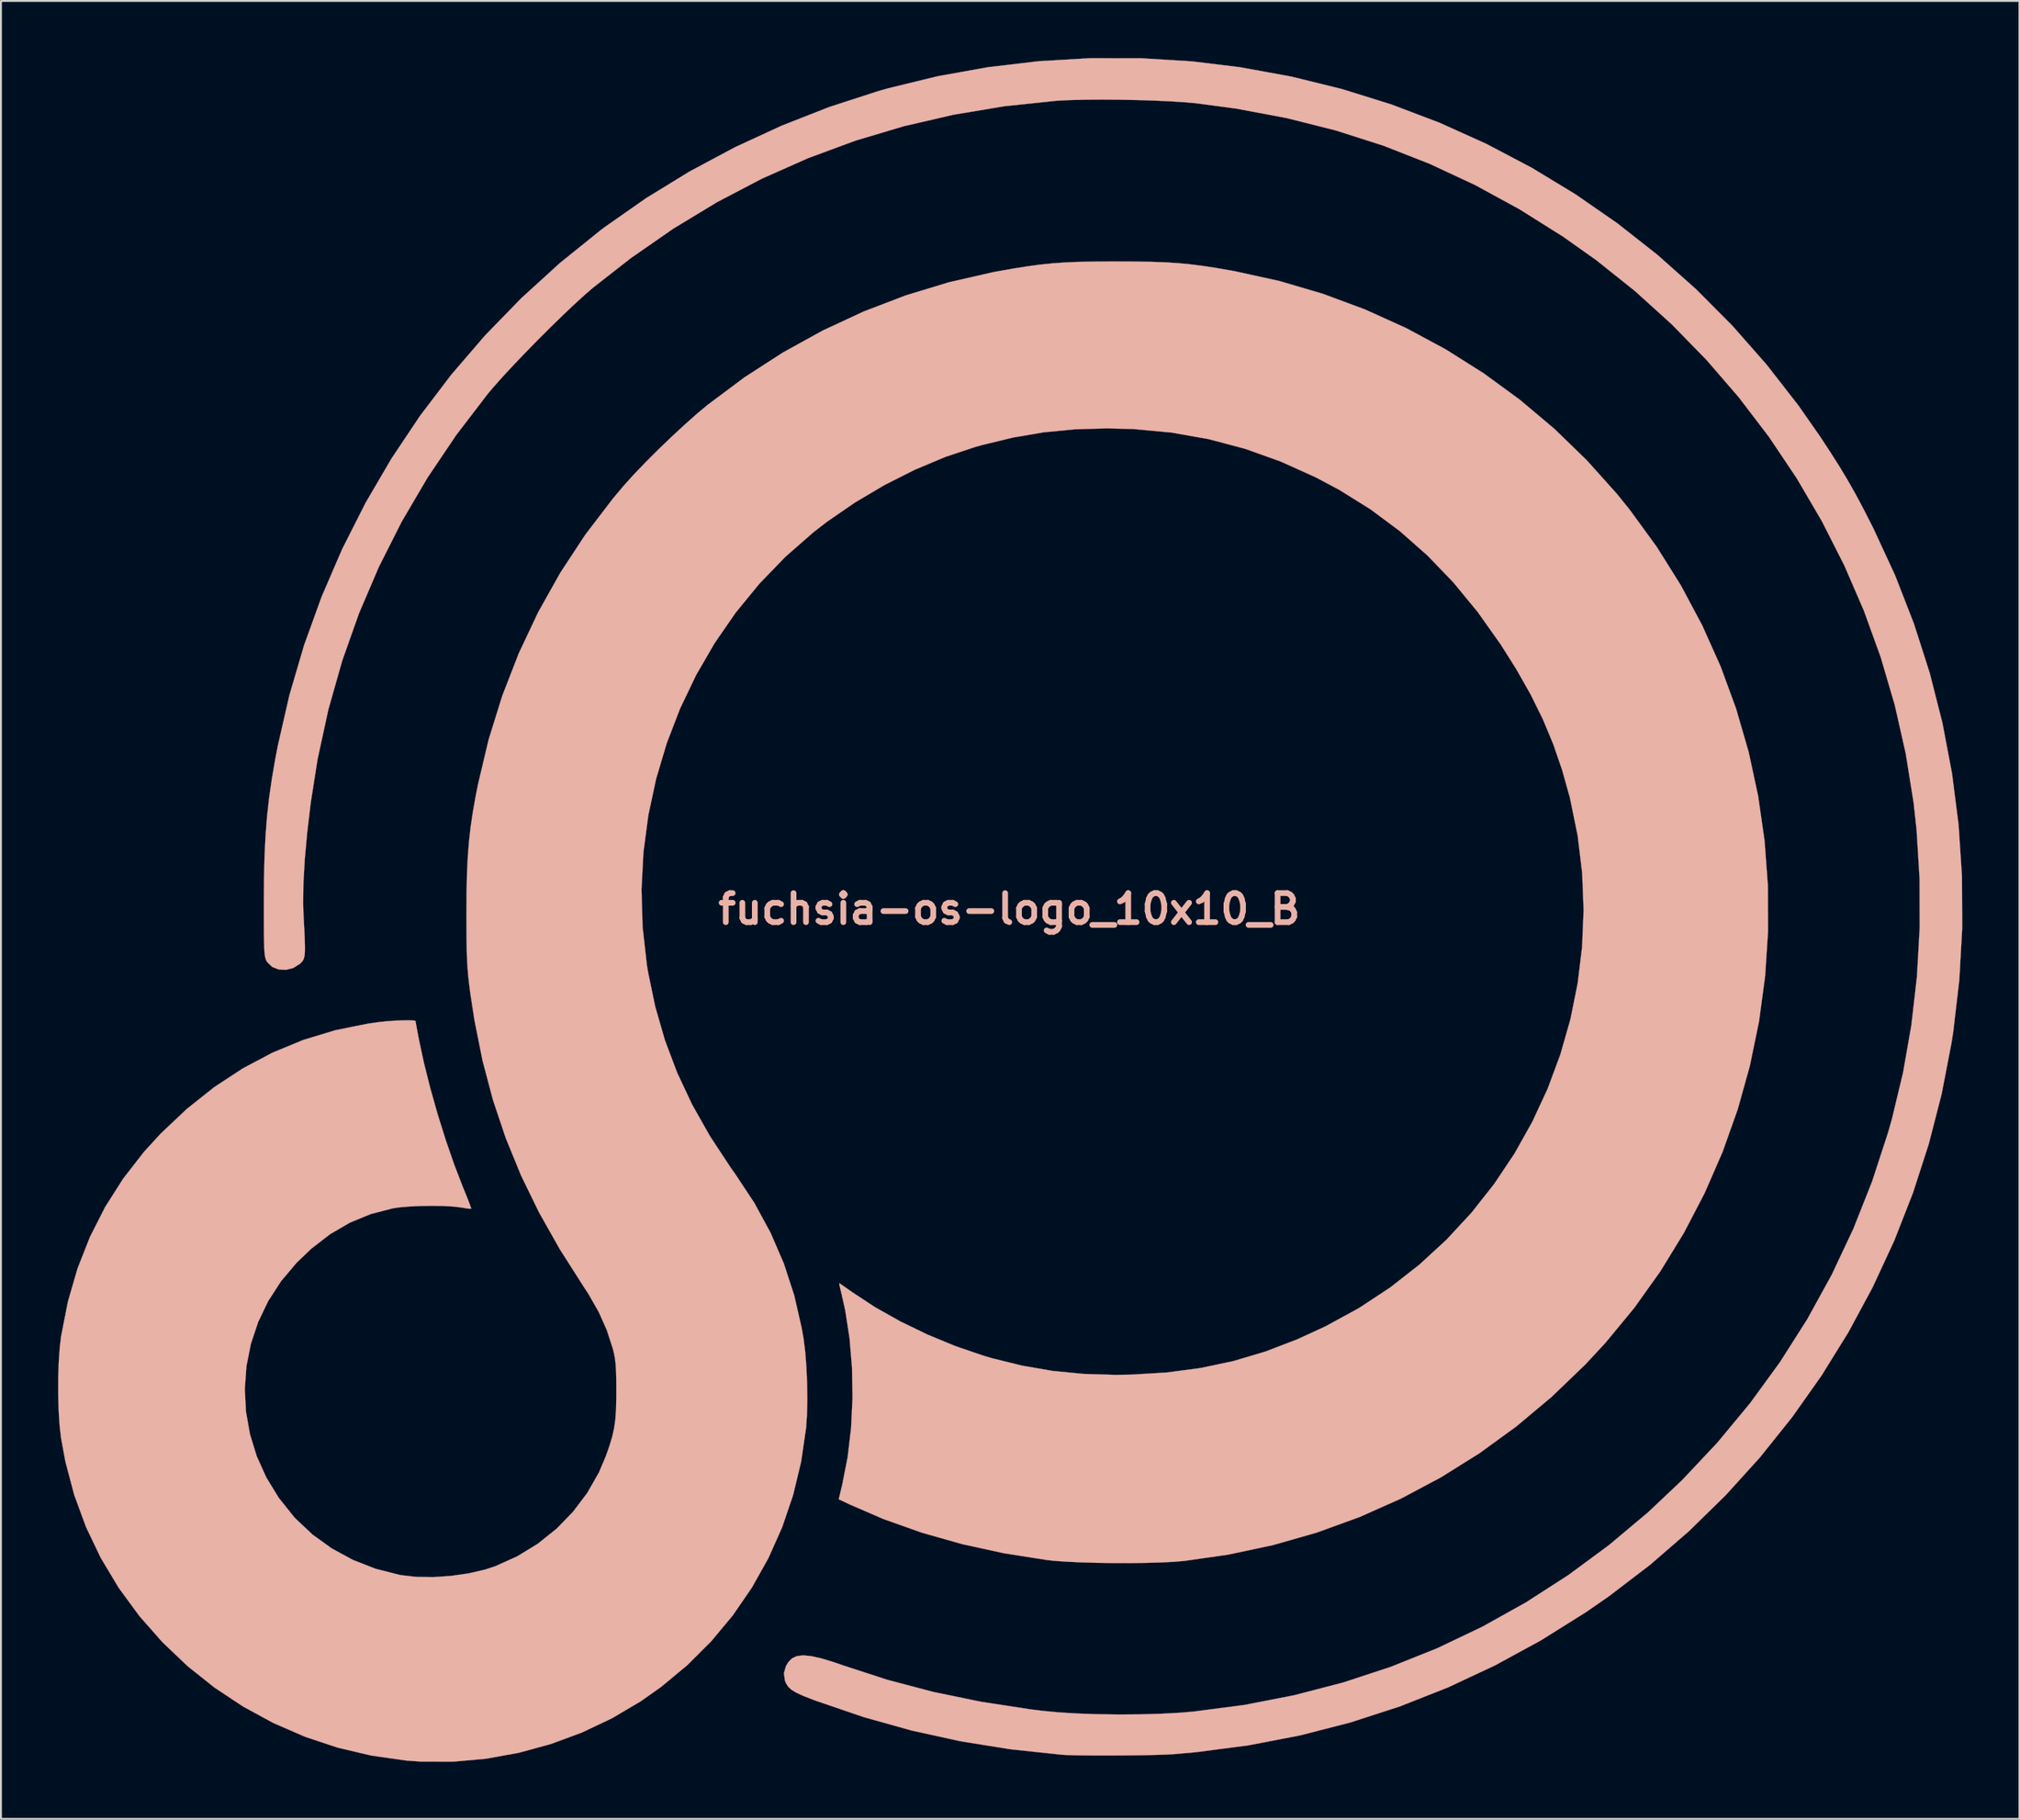
<source format=kicad_pcb>
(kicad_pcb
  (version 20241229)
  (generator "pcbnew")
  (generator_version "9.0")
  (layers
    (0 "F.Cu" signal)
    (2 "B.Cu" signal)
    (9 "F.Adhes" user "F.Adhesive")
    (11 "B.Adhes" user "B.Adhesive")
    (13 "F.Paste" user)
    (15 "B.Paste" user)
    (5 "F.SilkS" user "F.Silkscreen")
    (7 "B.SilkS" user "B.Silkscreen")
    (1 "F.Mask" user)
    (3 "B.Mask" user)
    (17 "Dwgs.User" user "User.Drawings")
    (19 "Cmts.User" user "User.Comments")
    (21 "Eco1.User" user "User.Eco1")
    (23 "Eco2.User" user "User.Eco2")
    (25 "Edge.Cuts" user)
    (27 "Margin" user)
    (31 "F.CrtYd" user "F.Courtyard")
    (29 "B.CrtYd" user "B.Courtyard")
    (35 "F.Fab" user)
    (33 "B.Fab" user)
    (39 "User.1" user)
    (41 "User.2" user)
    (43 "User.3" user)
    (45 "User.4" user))
  (footprint "fuchsia-os-logo_10x10_B"
    (layer "F.Cu")
    (at 49.91 44.666)
    (property "Reference" "fuchsia-os-logo_10x10_B" (at 0 0 0) (layer "B.SilkS") (effects (font (size 1.524 1.524) (thickness 0.3))))
    (attr through_hole)
    (fp_poly (pts (xy 6.931 -44.657) (xy 9.61 -44.492) (xy 12.104 -44.188) (xy 14.809 -43.694) (xy 17.459 -43.041) (xy 20.049 -42.233) (xy 22.574 -41.274) (xy 25.028 -40.167) (xy 27.405 -38.915) (xy 29.699 -37.524) (xy 31.905 -35.995) (xy 34.017 -34.333) (xy 36.03 -32.541) (xy 37.937 -30.623) (xy 39.733 -28.582) (xy 41.413 -26.423) (xy 42.54 -24.807) (xy 43.087 -23.975) (xy 43.558 -23.232) (xy 43.98 -22.53) (xy 44.381 -21.824) (xy 44.786 -21.068) (xy 45.222 -20.215) (xy 45.334 -19.993) (xy 46.48 -17.514) (xy 47.467 -14.98) (xy 48.295 -12.397) (xy 48.962 -9.774) (xy 49.467 -7.116) (xy 49.81 -4.43) (xy 49.988 -1.724) (xy 50.002 0.995) (xy 49.849 3.722) (xy 49.53 6.449) (xy 49.441 7.024) (xy 48.924 9.704) (xy 48.248 12.332) (xy 47.417 14.903) (xy 46.435 17.411) (xy 45.306 19.848) (xy 44.033 22.21) (xy 42.622 24.489) (xy 41.075 26.679) (xy 39.398 28.775) (xy 37.594 30.768) (xy 35.667 32.655) (xy 33.621 34.427) (xy 31.46 36.079) (xy 30.252 36.915) (xy 27.896 38.391) (xy 25.482 39.707) (xy 23.01 40.865) (xy 20.481 41.863) (xy 17.894 42.701) (xy 15.25 43.381) (xy 12.55 43.901) (xy 9.792 44.261) (xy 8.64 44.363) (xy 8.275 44.384) (xy 7.782 44.401) (xy 7.19 44.415) (xy 6.532 44.426) (xy 5.838 44.432) (xy 5.14 44.435) (xy 4.469 44.434) (xy 3.855 44.429) (xy 3.329 44.419) (xy 2.924 44.405) (xy 2.752 44.394) (xy 0.054 44.107) (xy -2.558 43.687) (xy -5.108 43.128) (xy -7.621 42.425) (xy -10.122 41.571) (xy -10.287 41.51) (xy -10.796 41.311) (xy -11.167 41.142) (xy -11.428 40.986) (xy -11.603 40.824) (xy -11.718 40.641) (xy -11.774 40.496) (xy -11.826 40.111) (xy -11.716 39.733) (xy -11.59 39.526) (xy -11.401 39.334) (xy -11.15 39.218) (xy -10.822 39.178) (xy -10.402 39.217) (xy -9.874 39.334) (xy -9.223 39.531) (xy -8.721 39.705) (xy -6.395 40.462) (xy -3.989 41.097) (xy -1.488 41.613) (xy 1.124 42.014) (xy 1.736 42.09) (xy 2.592 42.171) (xy 3.574 42.231) (xy 4.642 42.268) (xy 5.754 42.283) (xy 6.869 42.275) (xy 7.945 42.244) (xy 8.942 42.191) (xy 9.634 42.133) (xy 12.314 41.784) (xy 14.94 41.274) (xy 17.507 40.606) (xy 20.012 39.783) (xy 22.452 38.805) (xy 24.821 37.675) (xy 27.116 36.394) (xy 29.333 34.965) (xy 31.469 33.389) (xy 33.519 31.668) (xy 35.309 29.975) (xy 37.158 28.008) (xy 38.87 25.943) (xy 40.441 23.784) (xy 41.87 21.536) (xy 43.154 19.201) (xy 44.291 16.785) (xy 45.279 14.29) (xy 46.116 11.721) (xy 46.315 11.021) (xy 46.898 8.592) (xy 47.335 6.094) (xy 47.627 3.55) (xy 47.771 0.982) (xy 47.765 -1.589) (xy 47.609 -4.142) (xy 47.451 -5.588) (xy 47.037 -8.17) (xy 46.461 -10.715) (xy 45.727 -13.215) (xy 44.842 -15.663) (xy 43.808 -18.05) (xy 42.631 -20.37) (xy 41.316 -22.615) (xy 39.867 -24.776) (xy 38.289 -26.847) (xy 36.586 -28.82) (xy 34.764 -30.688) (xy 32.828 -32.441) (xy 30.781 -34.074) (xy 29.048 -35.301) (xy 26.768 -36.733) (xy 24.44 -38.004) (xy 22.059 -39.116) (xy 19.621 -40.072) (xy 17.119 -40.872) (xy 14.549 -41.519) (xy 11.907 -42.015) (xy 9.821 -42.294) (xy 9.199 -42.35) (xy 8.445 -42.398) (xy 7.596 -42.436) (xy 6.688 -42.465) (xy 5.758 -42.482) (xy 4.843 -42.488) (xy 3.979 -42.482) (xy 3.205 -42.464) (xy 2.556 -42.432) (xy 2.455 -42.425) (xy -0.274 -42.137) (xy -2.941 -41.691) (xy -5.546 -41.088) (xy -8.087 -40.328) (xy -10.566 -39.411) (xy -12.983 -38.336) (xy -15.337 -37.104) (xy -17.628 -35.715) (xy -19.857 -34.168) (xy -21.844 -32.613) (xy -22.302 -32.217) (xy -22.848 -31.718) (xy -23.456 -31.14) (xy -24.103 -30.509) (xy -24.764 -29.848) (xy -25.415 -29.182) (xy -26.032 -28.535) (xy -26.591 -27.933) (xy -27.066 -27.398) (xy -27.359 -27.051) (xy -29.02 -24.881) (xy -30.528 -22.641) (xy -31.882 -20.334) (xy -33.079 -17.961) (xy -34.121 -15.525) (xy -35.005 -13.028) (xy -35.73 -10.472) (xy -36.297 -7.858) (xy -36.656 -5.57) (xy -36.841 -4.013) (xy -36.968 -2.614) (xy -37.039 -1.37) (xy -37.054 -0.279) (xy -37.033 0.339) (xy -36.997 1.015) (xy -36.972 1.544) (xy -36.96 1.946) (xy -36.962 2.243) (xy -36.98 2.456) (xy -37.016 2.607) (xy -37.071 2.716) (xy -37.147 2.805) (xy -37.228 2.881) (xy -37.573 3.097) (xy -37.957 3.194) (xy -38.34 3.173) (xy -38.68 3.038) (xy -38.935 2.792) (xy -38.95 2.768) (xy -38.995 2.687) (xy -39.031 2.591) (xy -39.059 2.462) (xy -39.08 2.283) (xy -39.095 2.035) (xy -39.105 1.699) (xy -39.111 1.257) (xy -39.114 0.69) (xy -39.115 -0.019) (xy -39.115 -0.381) (xy -39.106 -1.665) (xy -39.077 -2.817) (xy -39.024 -3.872) (xy -38.946 -4.866) (xy -38.838 -5.836) (xy -38.697 -6.818) (xy -38.52 -7.847) (xy -38.386 -8.551) (xy -37.773 -11.228) (xy -37.003 -13.849) (xy -36.078 -16.407) (xy -35.004 -18.896) (xy -33.782 -21.311) (xy -32.418 -23.646) (xy -30.915 -25.894) (xy -29.277 -28.05) (xy -27.507 -30.108) (xy -25.61 -32.06) (xy -23.589 -33.903) (xy -21.448 -35.629) (xy -21.225 -35.797) (xy -19.054 -37.317) (xy -16.775 -38.715) (xy -14.404 -39.983) (xy -11.959 -41.112) (xy -9.457 -42.095) (xy -6.914 -42.922) (xy -6.35 -43.083) (xy -3.76 -43.714) (xy -1.122 -44.188) (xy 1.55 -44.504) (xy 4.239 -44.661) (xy 6.931 -44.657)) (stroke (width 0.01) (type solid)) (fill yes) (layer "B.SilkS"))
    (fp_poly (pts (xy 6.6 -33.987) (xy 7.435 -33.972) (xy 8.172 -33.946) (xy 8.846 -33.903) (xy 9.491 -33.842) (xy 10.145 -33.76) (xy 10.841 -33.653) (xy 11.615 -33.519) (xy 11.853 -33.475) (xy 14.181 -32.963) (xy 16.458 -32.292) (xy 18.675 -31.468) (xy 20.826 -30.494) (xy 22.902 -29.376) (xy 24.895 -28.119) (xy 26.798 -26.726) (xy 28.603 -25.204) (xy 30.301 -23.557) (xy 31.885 -21.789) (xy 32.558 -20.955) (xy 33.974 -19.009) (xy 35.242 -16.984) (xy 36.36 -14.887) (xy 37.327 -12.726) (xy 38.139 -10.509) (xy 38.796 -8.242) (xy 39.293 -5.934) (xy 39.63 -3.592) (xy 39.805 -1.224) (xy 39.814 1.164) (xy 39.661 3.514) (xy 39.342 5.891) (xy 38.861 8.226) (xy 38.223 10.513) (xy 37.431 12.742) (xy 36.489 14.907) (xy 35.399 16.999) (xy 34.167 19.012) (xy 32.795 20.936) (xy 31.287 22.765) (xy 30.227 23.908) (xy 28.463 25.604) (xy 26.608 27.159) (xy 24.666 28.571) (xy 22.643 29.837) (xy 20.542 30.954) (xy 18.369 31.921) (xy 16.129 32.735) (xy 13.826 33.393) (xy 11.465 33.894) (xy 9.186 34.22) (xy 8.632 34.267) (xy 7.947 34.301) (xy 7.166 34.323) (xy 6.322 34.334) (xy 5.451 34.332) (xy 4.585 34.32) (xy 3.761 34.296) (xy 3.012 34.261) (xy 2.372 34.216) (xy 1.99 34.175) (xy -0.281 33.818) (xy -2.482 33.337) (xy -4.596 32.736) (xy -6.608 32.021) (xy -8.391 31.249) (xy -8.95 30.984) (xy -8.762 30.203) (xy -8.48 28.763) (xy -8.301 27.236) (xy -8.225 25.661) (xy -8.252 24.077) (xy -8.382 22.526) (xy -8.613 21.045) (xy -8.8 20.214) (xy -8.868 19.932) (xy -8.913 19.728) (xy -8.923 19.643) (xy -8.922 19.643) (xy -8.849 19.689) (xy -8.67 19.812) (xy -8.417 19.99) (xy -8.276 20.091) (xy -7.063 20.89) (xy -5.724 21.645) (xy -4.299 22.336) (xy -2.831 22.943) (xy -1.36 23.447) (xy -0.903 23.582) (xy 0.686 23.973) (xy 2.268 24.246) (xy 3.886 24.405) (xy 5.578 24.455) (xy 6.381 24.443) (xy 8.253 24.331) (xy 10.031 24.097) (xy 11.748 23.733) (xy 13.434 23.232) (xy 15.12 22.585) (xy 16.586 21.91) (xy 18.337 20.954) (xy 19.983 19.87) (xy 21.521 18.666) (xy 22.947 17.353) (xy 24.256 15.938) (xy 25.445 14.43) (xy 26.509 12.838) (xy 27.444 11.17) (xy 28.248 9.436) (xy 28.914 7.643) (xy 29.441 5.8) (xy 29.822 3.917) (xy 30.056 2.002) (xy 30.136 0.063) (xy 30.061 -1.891) (xy 29.824 -3.851) (xy 29.424 -5.808) (xy 29.408 -5.872) (xy 29.01 -7.295) (xy 28.546 -8.645) (xy 28 -9.956) (xy 27.356 -11.262) (xy 26.6 -12.596) (xy 25.787 -13.885) (xy 24.58 -15.589) (xy 23.302 -17.143) (xy 21.944 -18.554) (xy 20.499 -19.83) (xy 18.96 -20.976) (xy 17.317 -22.001) (xy 16.096 -22.652) (xy 14.244 -23.488) (xy 12.368 -24.159) (xy 10.459 -24.665) (xy 8.508 -25.01) (xy 6.506 -25.195) (xy 5.122 -25.23) (xy 3.419 -25.18) (xy 1.796 -25.022) (xy 0.194 -24.748) (xy -1.443 -24.351) (xy -1.777 -24.257) (xy -3.362 -23.729) (xy -4.965 -23.055) (xy -6.552 -22.254) (xy -8.093 -21.342) (xy -9.555 -20.336) (xy -10.264 -19.789) (xy -11.749 -18.489) (xy -13.112 -17.078) (xy -14.351 -15.565) (xy -15.46 -13.96) (xy -16.437 -12.274) (xy -17.277 -10.517) (xy -17.977 -8.698) (xy -18.533 -6.828) (xy -18.942 -4.917) (xy -19.198 -2.976) (xy -19.299 -1.014) (xy -19.24 0.959) (xy -19.018 2.932) (xy -18.958 3.302) (xy -18.578 5.128) (xy -18.071 6.886) (xy -17.428 8.593) (xy -16.642 10.267) (xy -15.705 11.926) (xy -14.61 13.589) (xy -14.399 13.885) (xy -13.38 15.425) (xy -12.525 16.999) (xy -11.827 18.618) (xy -11.282 20.295) (xy -10.883 22.044) (xy -10.794 22.564) (xy -10.71 23.241) (xy -10.648 24.031) (xy -10.611 24.878) (xy -10.599 25.725) (xy -10.615 26.519) (xy -10.66 27.203) (xy -10.661 27.221) (xy -10.924 29.02) (xy -11.345 30.767) (xy -11.919 32.455) (xy -12.64 34.074) (xy -13.504 35.616) (xy -14.504 37.072) (xy -15.636 38.433) (xy -16.895 39.691) (xy -18.275 40.838) (xy -19.346 41.593) (xy -20.844 42.478) (xy -22.422 43.227) (xy -24.061 43.833) (xy -25.745 44.294) (xy -27.456 44.603) (xy -29.176 44.758) (xy -30.888 44.753) (xy -31.665 44.697) (xy -33.473 44.44) (xy -35.241 44.022) (xy -36.958 43.45) (xy -38.615 42.73) (xy -40.203 41.866) (xy -41.71 40.866) (xy -43.127 39.736) (xy -44.444 38.48) (xy -45.652 37.107) (xy -46.74 35.62) (xy -46.745 35.611) (xy -47.67 34.066) (xy -48.444 32.447) (xy -49.064 30.76) (xy -49.528 29.008) (xy -49.756 27.771) (xy -49.831 27.113) (xy -49.881 26.338) (xy -49.905 25.492) (xy -49.904 24.625) (xy -49.877 23.785) (xy -49.824 23.02) (xy -49.755 22.437) (xy -49.396 20.61) (xy -48.891 18.869) (xy -48.239 17.212) (xy -47.441 15.64) (xy -46.495 14.151) (xy -45.402 12.746) (xy -44.525 11.787) (xy -43.152 10.49) (xy -41.716 9.349) (xy -40.218 8.366) (xy -38.66 7.54) (xy -37.042 6.872) (xy -35.366 6.363) (xy -33.632 6.013) (xy -33.022 5.929) (xy -32.654 5.892) (xy -32.261 5.864) (xy -31.88 5.847) (xy -31.547 5.842) (xy -31.297 5.849) (xy -31.168 5.869) (xy -31.157 5.88) (xy -31.142 5.974) (xy -31.102 6.198) (xy -31.042 6.518) (xy -30.982 6.833) (xy -30.717 8.071) (xy -30.384 9.401) (xy -29.997 10.77) (xy -29.572 12.128) (xy -29.124 13.423) (xy -28.669 14.604) (xy -28.633 14.69) (xy -28.478 15.07) (xy -28.352 15.39) (xy -28.268 15.619) (xy -28.236 15.728) (xy -28.237 15.733) (xy -28.327 15.733) (xy -28.533 15.706) (xy -28.752 15.669) (xy -29.152 15.619) (xy -29.673 15.59) (xy -30.267 15.58) (xy -30.885 15.589) (xy -31.48 15.616) (xy -32.004 15.661) (xy -32.347 15.711) (xy -33.505 16.012) (xy -34.6 16.463) (xy -35.64 17.069) (xy -36.63 17.834) (xy -37.391 18.563) (xy -38.213 19.537) (xy -38.888 20.582) (xy -39.415 21.683) (xy -39.796 22.828) (xy -40.029 24.002) (xy -40.115 25.193) (xy -40.054 26.385) (xy -39.845 27.567) (xy -39.489 28.724) (xy -38.985 29.842) (xy -38.334 30.908) (xy -37.535 31.908) (xy -37.461 31.989) (xy -36.563 32.836) (xy -35.553 33.565) (xy -34.446 34.166) (xy -33.26 34.631) (xy -32.011 34.95) (xy -31.909 34.969) (xy -31.116 35.06) (xy -30.229 35.071) (xy -29.3 35.008) (xy -28.38 34.876) (xy -27.523 34.68) (xy -26.974 34.501) (xy -25.817 33.979) (xy -24.743 33.321) (xy -23.765 32.539) (xy -22.895 31.646) (xy -22.147 30.656) (xy -21.534 29.58) (xy -21.165 28.71) (xy -20.973 28.161) (xy -20.831 27.684) (xy -20.731 27.234) (xy -20.668 26.769) (xy -20.633 26.243) (xy -20.62 25.612) (xy -20.619 25.273) (xy -20.623 24.688) (xy -20.635 24.236) (xy -20.657 23.881) (xy -20.693 23.585) (xy -20.746 23.312) (xy -20.809 23.061) (xy -21.123 22.094) (xy -21.538 21.163) (xy -22.074 20.222) (xy -22.336 19.82) (xy -23.583 17.863) (xy -24.675 15.927) (xy -25.618 13.99) (xy -26.42 12.031) (xy -27.091 10.03) (xy -27.638 7.965) (xy -28.068 5.816) (xy -28.29 4.36) (xy -28.346 3.924) (xy -28.39 3.523) (xy -28.424 3.129) (xy -28.449 2.714) (xy -28.466 2.247) (xy -28.477 1.701) (xy -28.482 1.045) (xy -28.484 0.253) (xy -28.484 0.169) (xy -28.477 -0.917) (xy -28.455 -1.872) (xy -28.415 -2.729) (xy -28.352 -3.527) (xy -28.265 -4.3) (xy -28.149 -5.086) (xy -28.001 -5.92) (xy -27.883 -6.519) (xy -27.322 -8.887) (xy -26.606 -11.189) (xy -25.738 -13.421) (xy -24.721 -15.578) (xy -23.557 -17.654) (xy -22.249 -19.645) (xy -20.798 -21.546) (xy -20.229 -22.222) (xy -19.718 -22.79) (xy -19.107 -23.428) (xy -18.433 -24.102) (xy -17.73 -24.779) (xy -17.033 -25.424) (xy -16.378 -26.006) (xy -15.833 -26.461) (xy -13.898 -27.907) (xy -11.883 -29.209) (xy -9.794 -30.363) (xy -7.64 -31.365) (xy -5.428 -32.212) (xy -3.164 -32.9) (xy -0.857 -33.427) (xy -0.593 -33.476) (xy 0.214 -33.619) (xy 0.928 -33.733) (xy 1.585 -33.822) (xy 2.222 -33.889) (xy 2.873 -33.936) (xy 3.574 -33.967) (xy 4.36 -33.984) (xy 5.267 -33.991) (xy 5.63 -33.991) (xy 6.6 -33.987)) (stroke (width 0.01) (type solid)) (fill yes) (layer "B.SilkS")))
  (gr_rect
    (start -3 -3)
    (end 102.917 92.429)
    (stroke (width 0.1) (type default))
    (fill no)
    (layer "Edge.Cuts")))
</source>
